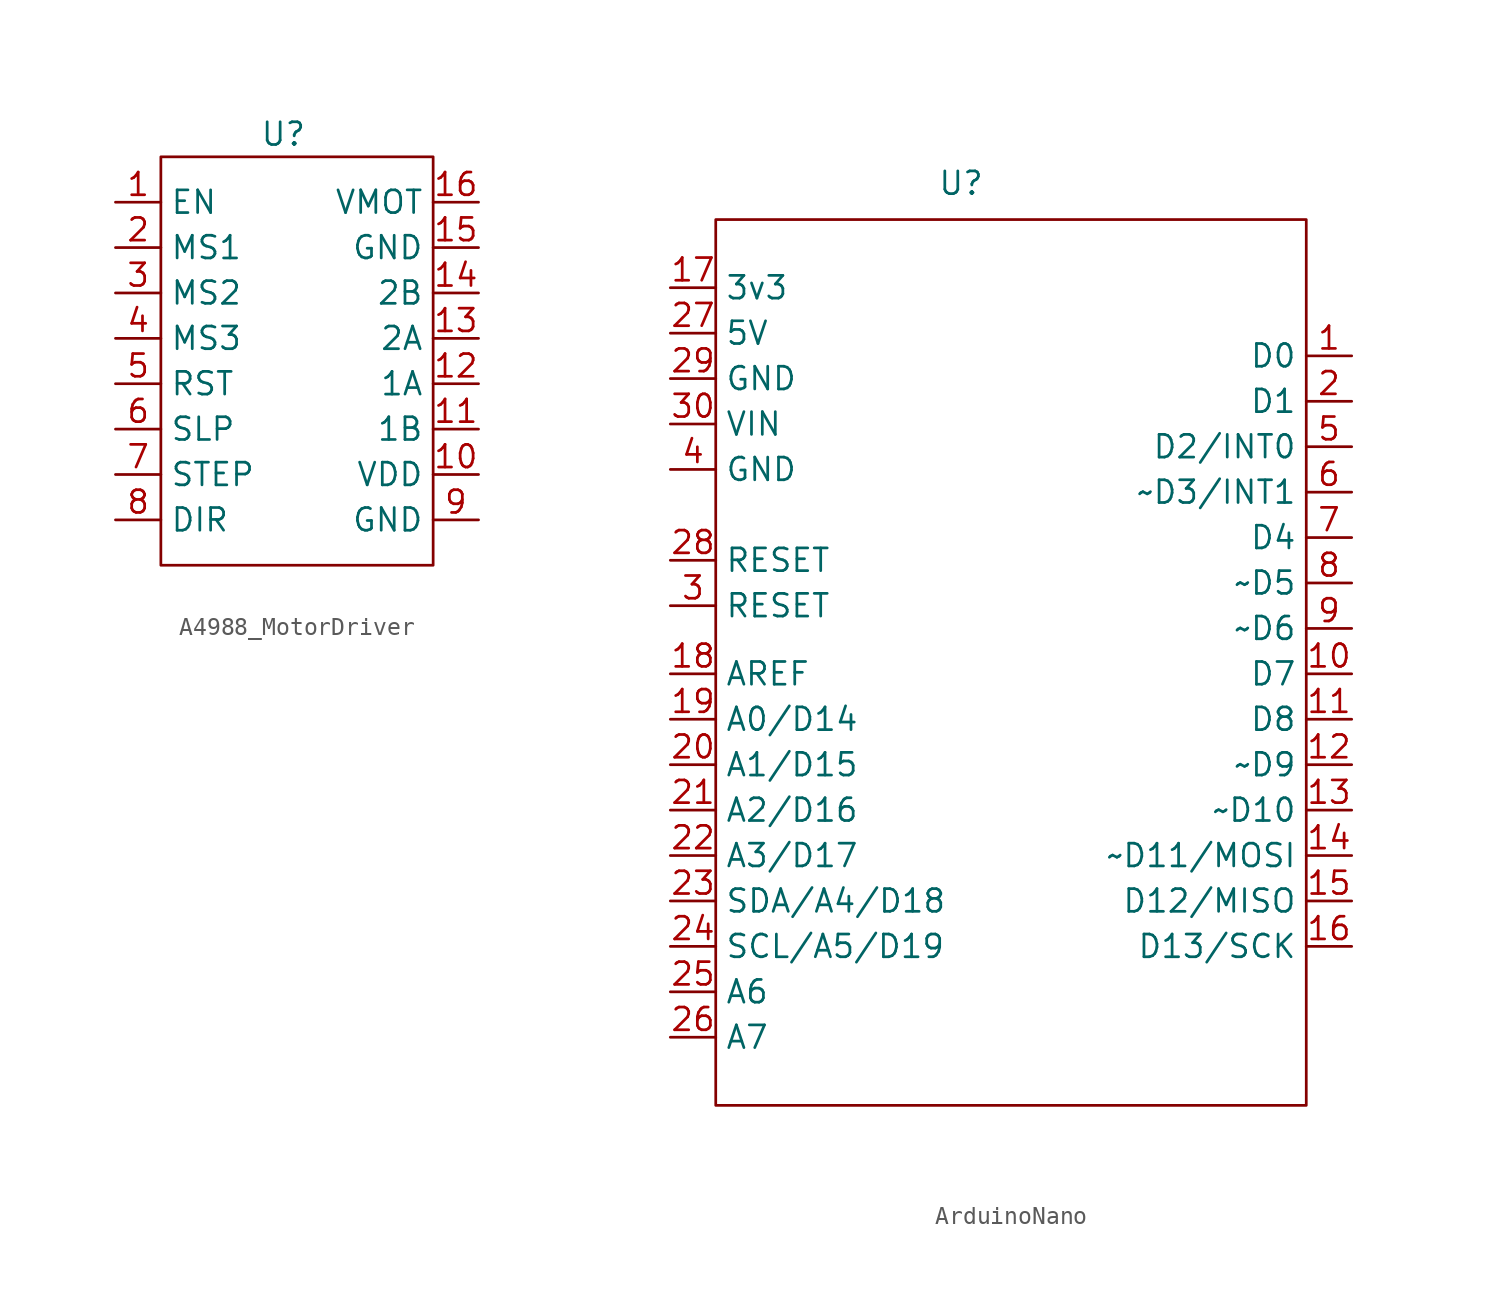
<source format=kicad_sym>
(kicad_symbol_lib
  (version 20241209)
  (generator "kicad_symbol_editor")
  (generator_version "9.0")
  (symbol "A4988_MotorDriver"
    (property "Reference" "U"
      (at -0.762 12.7 0)
      (effects (font (size 1.27 1.27))))
    (property "Value" ""
      (at -0.762 12.7 0)
      (effects (font (size 1.27 1.27))))
    (symbol "A4988_MotorDriver_0_1"
      (rectangle (start -7.62 11.43) (end 7.62 -11.43) (stroke (width 0) (type default)) (fill (type none))))
    (symbol "A4988_MotorDriver_1_1"
      (pin input line (at -10.16 8.89 0) (length 2.54) (name "EN" (effects (font (size 1.27 1.27)))) (number "1" (effects (font (size 1.27 1.27)))))
      (pin input line (at -10.16 6.35 0) (length 2.54) (name "MS1" (effects (font (size 1.27 1.27)))) (number "2" (effects (font (size 1.27 1.27)))))
      (pin input line (at -10.16 3.81 0) (length 2.54) (name "MS2" (effects (font (size 1.27 1.27)))) (number "3" (effects (font (size 1.27 1.27)))))
      (pin input line (at -10.16 1.27 0) (length 2.54) (name "MS3" (effects (font (size 1.27 1.27)))) (number "4" (effects (font (size 1.27 1.27)))))
      (pin input line (at -10.16 -1.27 0) (length 2.54) (name "RST" (effects (font (size 1.27 1.27)))) (number "5" (effects (font (size 1.27 1.27)))))
      (pin input line (at -10.16 -3.81 0) (length 2.54) (name "SLP" (effects (font (size 1.27 1.27)))) (number "6" (effects (font (size 1.27 1.27)))))
      (pin input line (at -10.16 -6.35 0) (length 2.54) (name "STEP" (effects (font (size 1.27 1.27)))) (number "7" (effects (font (size 1.27 1.27)))))
      (pin input line (at -10.16 -8.89 0) (length 2.54) (name "DIR" (effects (font (size 1.27 1.27)))) (number "8" (effects (font (size 1.27 1.27)))))
      (pin input line (at 10.16 8.89 180) (length 2.54) (name "VMOT" (effects (font (size 1.27 1.27)))) (number "16" (effects (font (size 1.27 1.27)))))
      (pin input line (at 10.16 6.35 180) (length 2.54) (name "GND" (effects (font (size 1.27 1.27)))) (number "15" (effects (font (size 1.27 1.27)))))
      (pin input line (at 10.16 3.81 180) (length 2.54) (name "2B" (effects (font (size 1.27 1.27)))) (number "14" (effects (font (size 1.27 1.27)))))
      (pin input line (at 10.16 1.27 180) (length 2.54) (name "2A" (effects (font (size 1.27 1.27)))) (number "13" (effects (font (size 1.27 1.27)))))
      (pin input line (at 10.16 -1.27 180) (length 2.54) (name "1A" (effects (font (size 1.27 1.27)))) (number "12" (effects (font (size 1.27 1.27)))))
      (pin input line (at 10.16 -3.81 180) (length 2.54) (name "1B" (effects (font (size 1.27 1.27)))) (number "11" (effects (font (size 1.27 1.27)))))
      (pin input line (at 10.16 -6.35 180) (length 2.54) (name "VDD" (effects (font (size 1.27 1.27)))) (number "10" (effects (font (size 1.27 1.27)))))
      (pin input line (at 10.16 -8.89 180) (length 2.54) (name "GND" (effects (font (size 1.27 1.27)))) (number "9" (effects (font (size 1.27 1.27)))))))
  (symbol "ArduinoNano"
    (property "Reference" "U"
      (at -2.794 26.162 0)
      (effects (font (size 1.27 1.27))))
    (property "Value" ""
      (at -8.89 16.51 0)
      (effects (font (size 1.27 1.27))))
    (symbol "ArduinoNano_0_1"
      (rectangle (start -16.51 24.13) (end 16.51 -25.4) (stroke (width 0) (type default)) (fill (type none))))
    (symbol "ArduinoNano_1_1"
      (pin power_in line (at -19.05 20.32 0) (length 2.54) (name "3v3" (effects (font (size 1.27 1.27)))) (number "17" (effects (font (size 1.27 1.27)))))
      (pin power_in line (at -19.05 17.78 0) (length 2.54) (name "5V" (effects (font (size 1.27 1.27)))) (number "27" (effects (font (size 1.27 1.27)))))
      (pin power_out line (at -19.05 15.24 0) (length 2.54) (name "GND" (effects (font (size 1.27 1.27)))) (number "29" (effects (font (size 1.27 1.27)))))
      (pin power_in line (at -19.05 12.7 0) (length 2.54) (name "VIN" (effects (font (size 1.27 1.27)))) (number "30" (effects (font (size 1.27 1.27)))))
      (pin power_out line (at -19.05 10.16 0) (length 2.54) (name "GND" (effects (font (size 1.27 1.27)))) (number "4" (effects (font (size 1.27 1.27)))))
      (pin input line (at -19.05 5.08 0) (length 2.54) (name "RESET" (effects (font (size 1.27 1.27)))) (number "28" (effects (font (size 1.27 1.27)))))
      (pin input line (at -19.05 2.54 0) (length 2.54) (name "RESET" (effects (font (size 1.27 1.27)))) (number "3" (effects (font (size 1.27 1.27)))))
      (pin input line (at -19.05 -1.27 0) (length 2.54) (name "AREF" (effects (font (size 1.27 1.27)))) (number "18" (effects (font (size 1.27 1.27)))))
      (pin input line (at -19.05 -3.81 0) (length 2.54) (name "A0/D14" (effects (font (size 1.27 1.27)))) (number "19" (effects (font (size 1.27 1.27)))))
      (pin input line (at -19.05 -6.35 0) (length 2.54) (name "A1/D15" (effects (font (size 1.27 1.27)))) (number "20" (effects (font (size 1.27 1.27)))))
      (pin input line (at -19.05 -8.89 0) (length 2.54) (name "A2/D16" (effects (font (size 1.27 1.27)))) (number "21" (effects (font (size 1.27 1.27)))))
      (pin input line (at -19.05 -11.43 0) (length 2.54) (name "A3/D17" (effects (font (size 1.27 1.27)))) (number "22" (effects (font (size 1.27 1.27)))))
      (pin input line (at -19.05 -13.97 0) (length 2.54) (name "SDA/A4/D18" (effects (font (size 1.27 1.27)))) (number "23" (effects (font (size 1.27 1.27)))))
      (pin input line (at -19.05 -16.51 0) (length 2.54) (name "SCL/A5/D19" (effects (font (size 1.27 1.27)))) (number "24" (effects (font (size 1.27 1.27)))))
      (pin input line (at -19.05 -19.05 0) (length 2.54) (name "A6" (effects (font (size 1.27 1.27)))) (number "25" (effects (font (size 1.27 1.27)))))
      (pin input line (at -19.05 -21.59 0) (length 2.54) (name "A7" (effects (font (size 1.27 1.27)))) (number "26" (effects (font (size 1.27 1.27)))))
      (pin input line (at 19.05 16.51 180) (length 2.54) (name "D0" (effects (font (size 1.27 1.27)))) (number "1" (effects (font (size 1.27 1.27)))))
      (pin input line (at 19.05 13.97 180) (length 2.54) (name "D1" (effects (font (size 1.27 1.27)))) (number "2" (effects (font (size 1.27 1.27)))))
      (pin input line (at 19.05 11.43 180) (length 2.54) (name "D2/INT0" (effects (font (size 1.27 1.27)))) (number "5" (effects (font (size 1.27 1.27)))))
      (pin input line (at 19.05 8.89 180) (length 2.54) (name "~D3/INT1" (effects (font (size 1.27 1.27)))) (number "6" (effects (font (size 1.27 1.27)))))
      (pin input line (at 19.05 6.35 180) (length 2.54) (name "D4" (effects (font (size 1.27 1.27)))) (number "7" (effects (font (size 1.27 1.27)))))
      (pin input line (at 19.05 3.81 180) (length 2.54) (name "~D5" (effects (font (size 1.27 1.27)))) (number "8" (effects (font (size 1.27 1.27)))))
      (pin input line (at 19.05 1.27 180) (length 2.54) (name "~D6" (effects (font (size 1.27 1.27)))) (number "9" (effects (font (size 1.27 1.27)))))
      (pin input line (at 19.05 -1.27 180) (length 2.54) (name "D7" (effects (font (size 1.27 1.27)))) (number "10" (effects (font (size 1.27 1.27)))))
      (pin input line (at 19.05 -3.81 180) (length 2.54) (name "D8" (effects (font (size 1.27 1.27)))) (number "11" (effects (font (size 1.27 1.27)))))
      (pin input line (at 19.05 -6.35 180) (length 2.54) (name "~D9" (effects (font (size 1.27 1.27)))) (number "12" (effects (font (size 1.27 1.27)))))
      (pin input line (at 19.05 -8.89 180) (length 2.54) (name "~D10" (effects (font (size 1.27 1.27)))) (number "13" (effects (font (size 1.27 1.27)))))
      (pin input line (at 19.05 -11.43 180) (length 2.54) (name "~D11/MOSI" (effects (font (size 1.27 1.27)))) (number "14" (effects (font (size 1.27 1.27)))))
      (pin input line (at 19.05 -13.97 180) (length 2.54) (name "D12/MISO" (effects (font (size 1.27 1.27)))) (number "15" (effects (font (size 1.27 1.27)))))
      (pin input line (at 19.05 -16.51 180) (length 2.54) (name "D13/SCK" (effects (font (size 1.27 1.27)))) (number "16" (effects (font (size 1.27 1.27))))))))
</source>
